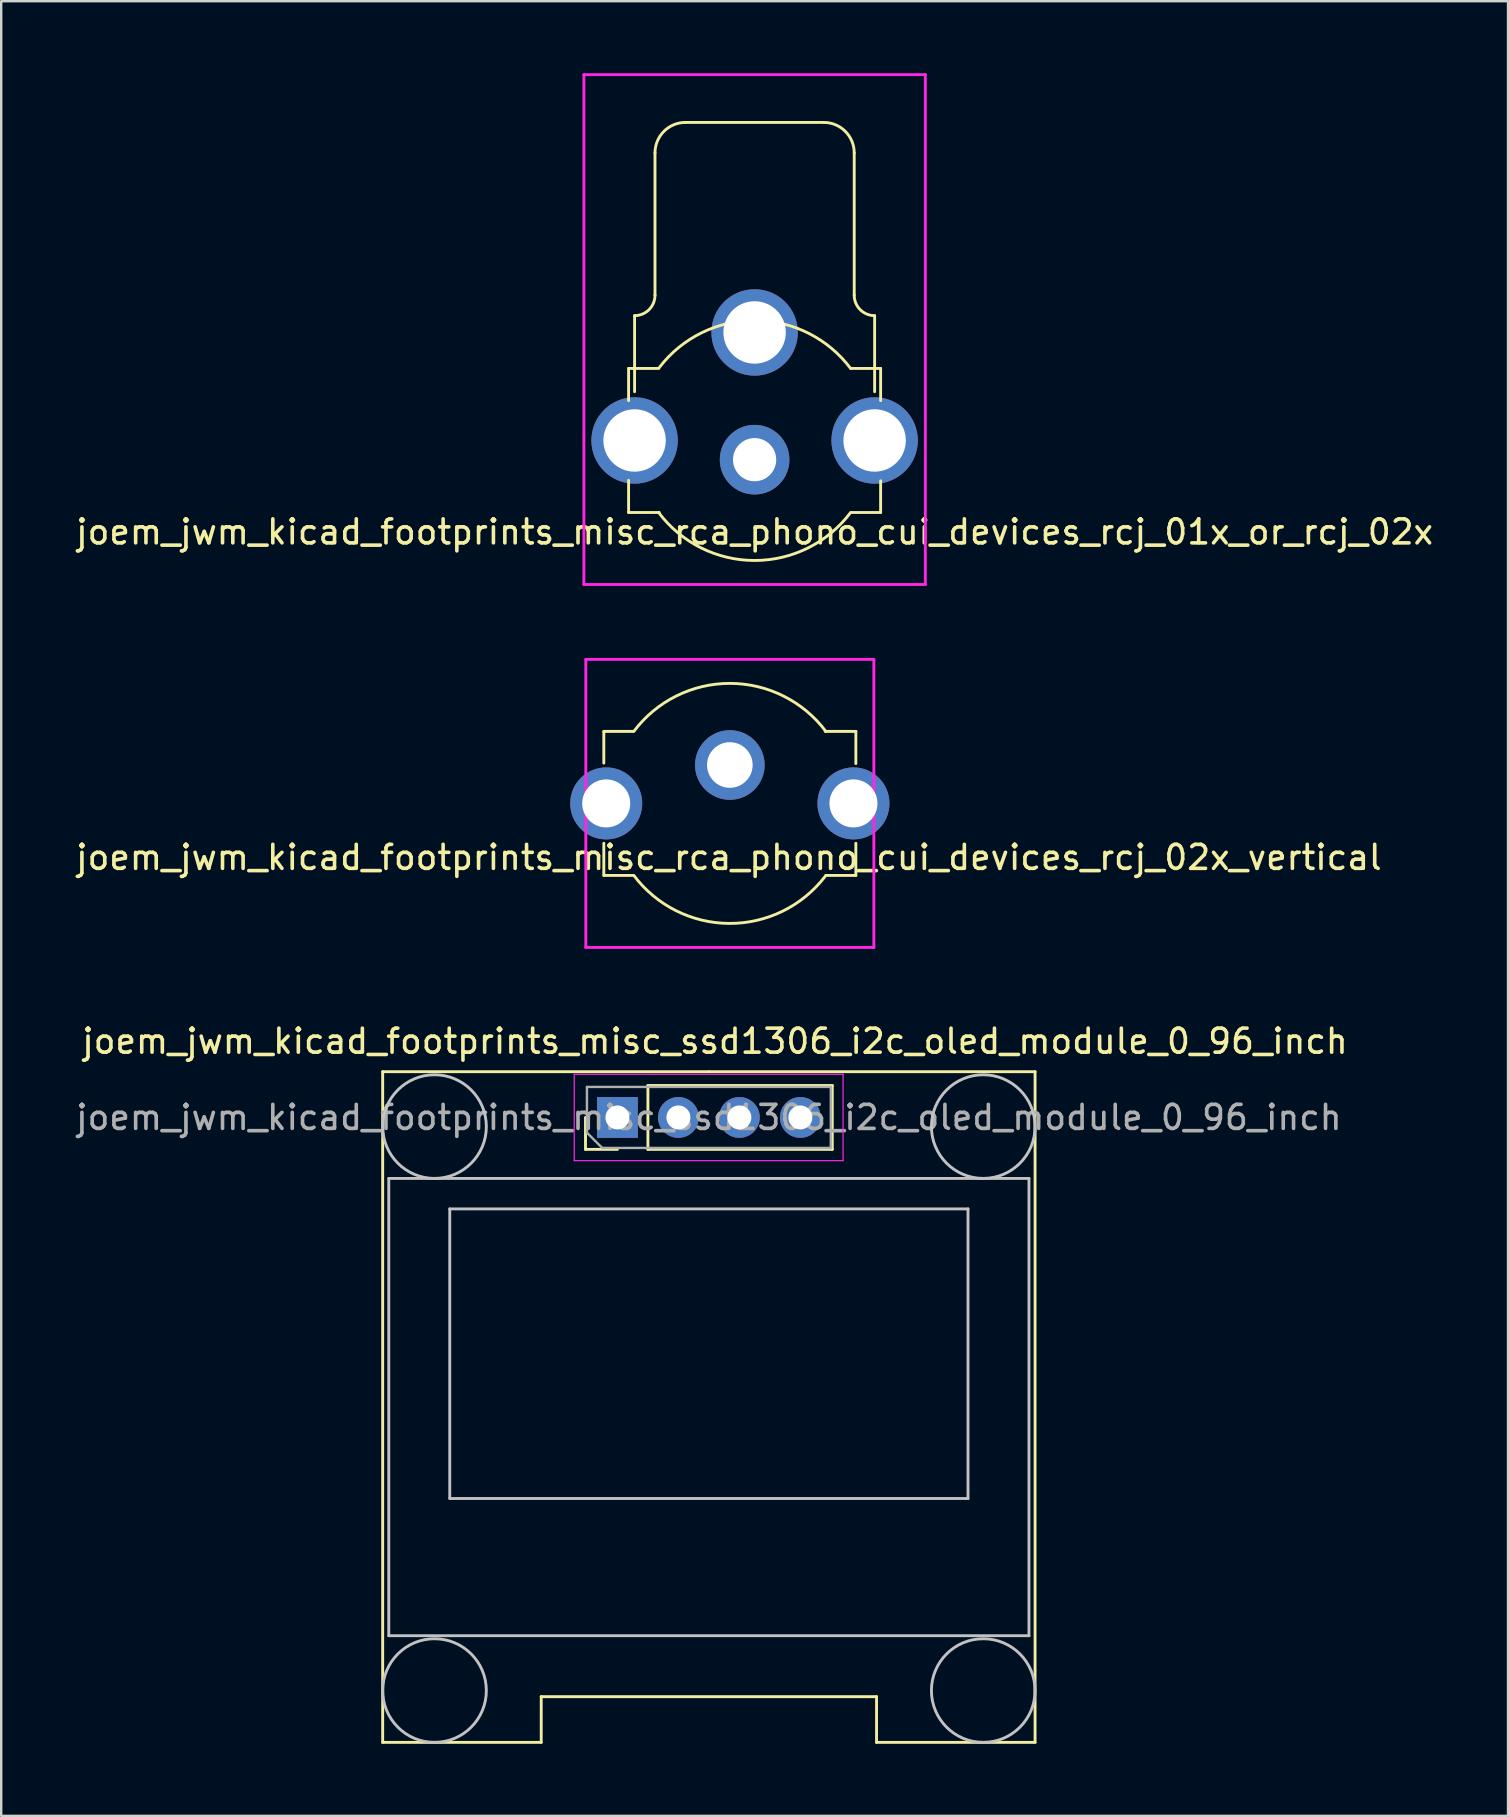
<source format=kicad_pcb>
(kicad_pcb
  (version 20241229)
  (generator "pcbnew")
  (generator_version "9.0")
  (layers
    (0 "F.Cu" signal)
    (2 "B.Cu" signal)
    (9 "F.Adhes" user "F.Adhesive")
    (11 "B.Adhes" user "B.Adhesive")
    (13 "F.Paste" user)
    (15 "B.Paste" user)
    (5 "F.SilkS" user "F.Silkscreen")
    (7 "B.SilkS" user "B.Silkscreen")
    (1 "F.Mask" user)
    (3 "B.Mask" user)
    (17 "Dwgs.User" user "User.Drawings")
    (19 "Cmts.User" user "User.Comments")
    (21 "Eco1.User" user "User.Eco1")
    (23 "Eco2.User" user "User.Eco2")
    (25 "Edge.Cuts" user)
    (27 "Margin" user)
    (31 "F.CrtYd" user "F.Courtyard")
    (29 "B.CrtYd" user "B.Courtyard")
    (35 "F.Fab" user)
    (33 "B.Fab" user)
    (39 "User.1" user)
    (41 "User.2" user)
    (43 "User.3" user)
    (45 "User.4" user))
  (footprint "joem_jwm_kicad_footprints_misc_rca_phono_cui_devices_rcj_01x_or_rcj_02x"
    (layer "F.Cu")
    (at 28.387 15.3)
    (property "Reference" "joem_jwm_kicad_footprints_misc_rca_phono_cui_devices_rcj_01x_or_rcj_02x" (at 0 3.81 0) (layer "F.SilkS") (effects (font (size 1 1) (thickness 0.15))))
    (attr through_hole)
    (fp_line (start -5.25 -3) (end -5.25 -1.66) (stroke (width 0.12) (type solid)) (layer "F.SilkS"))
    (fp_line (start -5.25 -3) (end -3.99 -3) (stroke (width 0.12) (type solid)) (layer "F.SilkS"))
    (fp_line (start -5.25 3) (end -5.25 1.66) (stroke (width 0.12) (type solid)) (layer "F.SilkS"))
    (fp_line (start -5.25 3) (end -3.97 3) (stroke (width 0.12) (type solid)) (layer "F.SilkS"))
    (fp_line (start -5 -5.2) (end -5 -2.032) (stroke (width 0.12) (type solid)) (layer "F.SilkS"))
    (fp_line (start -4.15 -6.05) (end -4.15 -11.98) (stroke (width 0.12) (type solid)) (layer "F.SilkS"))
    (fp_line (start -2.88 -13.25) (end 2.88 -13.25) (stroke (width 0.12) (type solid)) (layer "F.SilkS"))
    (fp_line (start 4.15 -11.98) (end 4.15 -6.05) (stroke (width 0.12) (type solid)) (layer "F.SilkS"))
    (fp_line (start 5 -5.2) (end 5 -2.032) (stroke (width 0.12) (type solid)) (layer "F.SilkS"))
    (fp_line (start 5.25 -3) (end 4.02 -3) (stroke (width 0.12) (type solid)) (layer "F.SilkS"))
    (fp_line (start 5.25 -3) (end 5.25 -1.66) (stroke (width 0.12) (type solid)) (layer "F.SilkS"))
    (fp_line (start 5.25 3) (end 4.03 3) (stroke (width 0.12) (type solid)) (layer "F.SilkS"))
    (fp_line (start 5.25 3) (end 5.25 1.68) (stroke (width 0.12) (type solid)) (layer "F.SilkS"))
    (fp_arc (start -4.15 -11.98) (mid -3.778026 -12.878026) (end -2.88 -13.25) (stroke (width 0.12) (type solid)) (layer "F.SilkS"))
    (fp_arc (start -4.15 -6.05) (mid -4.398959 -5.448959) (end -5 -5.2) (stroke (width 0.12) (type solid)) (layer "F.SilkS"))
    (fp_arc (start -3.96312 -3.048554) (mid 0.030486 -4.999907) (end 4 -3) (stroke (width 0.12) (type solid)) (layer "F.SilkS"))
    (fp_arc (start 2.88 -13.25) (mid 3.778026 -12.878026) (end 4.15 -11.98) (stroke (width 0.12) (type solid)) (layer "F.SilkS"))
    (fp_arc (start 4 2.999999) (mid 0.000001 4.999999) (end -3.999999 3) (stroke (width 0.12) (type solid)) (layer "F.SilkS"))
    (fp_arc (start 5 -5.2) (mid 4.398959 -5.448959) (end 4.15 -6.05) (stroke (width 0.12) (type solid)) (layer "F.SilkS"))
    (fp_line (start -7.112 -15.24) (end -7.112 6) (stroke (width 0.12) (type solid)) (layer "F.CrtYd"))
    (fp_line (start 7.112 -15.24) (end -7.112 -15.24) (stroke (width 0.12) (type solid)) (layer "F.CrtYd"))
    (fp_line (start 7.112 6) (end -7.112 6) (stroke (width 0.12) (type solid)) (layer "F.CrtYd"))
    (fp_line (start 7.112 6) (end 7.112 -15.24) (stroke (width 0.12) (type solid)) (layer "F.CrtYd"))
    (pad "1" thru_hole circle (at 0 0.8 180) (size 2.9 2.9) (drill 1.8) (layers "*.Cu" "*.Mask"))
    (pad "2" thru_hole circle (at -5 0) (size 3.6 3.6) (drill 2.6) (layers "*.Cu" "*.Mask"))
    (pad "2" thru_hole circle (at 0 -4.5) (size 3.6 3.6) (drill 2.6) (layers "*.Cu" "*.Mask"))
    (pad "2" thru_hole circle (at 5 0) (size 3.6 3.6) (drill 2.6) (layers "*.Cu" "*.Mask")))
  (footprint "joem_jwm_kicad_footprints_misc_rca_phono_cui_devices_rcj_02x_vertical"
    (layer "F.Cu")
    (at 27.355 30.42)
    (property "Reference" "joem_jwm_kicad_footprints_misc_rca_phono_cui_devices_rcj_02x_vertical" (at -0.04 2.25 0) (layer "F.SilkS") (effects (font (size 1 1) (thickness 0.15))))
    (attr through_hole)
    (fp_line (start -5.25 -3) (end -5.25 -1.68) (stroke (width 0.12) (type solid)) (layer "F.SilkS"))
    (fp_line (start -5.25 -3) (end -4.03 -3) (stroke (width 0.12) (type solid)) (layer "F.SilkS"))
    (fp_line (start -5.25 3) (end -5.25 1.66) (stroke (width 0.12) (type solid)) (layer "F.SilkS"))
    (fp_line (start -5.25 3) (end -4.02 3) (stroke (width 0.12) (type solid)) (layer "F.SilkS"))
    (fp_line (start 5.25 -3) (end 3.97 -3) (stroke (width 0.12) (type solid)) (layer "F.SilkS"))
    (fp_line (start 5.25 -3) (end 5.25 -1.66) (stroke (width 0.12) (type solid)) (layer "F.SilkS"))
    (fp_line (start 5.25 3) (end 3.99 3) (stroke (width 0.12) (type solid)) (layer "F.SilkS"))
    (fp_line (start 5.25 3) (end 5.25 1.66) (stroke (width 0.12) (type solid)) (layer "F.SilkS"))
    (fp_arc (start -4 -2.999999) (mid -0.000001 -4.999999) (end 3.999999 -3) (stroke (width 0.12) (type solid)) (layer "F.SilkS"))
    (fp_arc (start 3.96312 3.048554) (mid -0.030486 4.999907) (end -4 3) (stroke (width 0.12) (type solid)) (layer "F.SilkS"))
    (fp_line (start -6 -6) (end 6 -6) (stroke (width 0.12) (type solid)) (layer "F.CrtYd"))
    (fp_line (start -6 6) (end -6 -6) (stroke (width 0.12) (type solid)) (layer "F.CrtYd"))
    (fp_line (start 6 -6) (end 6 6) (stroke (width 0.12) (type solid)) (layer "F.CrtYd"))
    (fp_line (start 6 6) (end -6 6) (stroke (width 0.12) (type solid)) (layer "F.CrtYd"))
    (pad "1" thru_hole circle (at 0 -1.6) (size 2.9 2.9) (drill 1.9) (layers "*.Cu" "*.Mask"))
    (pad "2" thru_hole circle (at -5.15 0) (size 3 3) (drill 2) (layers "*.Cu" "*.Mask"))
    (pad "2" thru_hole circle (at 5.15 0) (size 3 3) (drill 2) (layers "*.Cu" "*.Mask")))
  (footprint "joem_jwm_kicad_footprints_misc_ssd1306_i2c_oled_module_0_96_inch"
    (layer "F.Cu")
    (at 22.672 43.503)
    (property "Reference" "joem_jwm_kicad_footprints_misc_ssd1306_i2c_oled_module_0_96_inch" (at 4.064 -3.175 180) (layer "F.SilkS") (effects (font (size 1 1) (thickness 0.15))))
    (attr through_hole)
    (fp_line (start -9.779 -1.905) (end -9.779 26.035) (stroke (width 0.12) (type solid)) (layer "F.SilkS"))
    (fp_line (start -9.779 26.035) (end -3.175 26.035) (stroke (width 0.12) (type solid)) (layer "F.SilkS"))
    (fp_line (start -3.175 26.035) (end -3.175 24.13) (stroke (width 0.12) (type solid)) (layer "F.SilkS"))
    (fp_line (start -1.33 1.33) (end -1.33 0) (stroke (width 0.12) (type solid)) (layer "F.SilkS"))
    (fp_line (start 0 1.33) (end -1.33 1.33) (stroke (width 0.12) (type solid)) (layer "F.SilkS"))
    (fp_line (start 1.27 -1.33) (end 8.95 -1.33) (stroke (width 0.12) (type solid)) (layer "F.SilkS"))
    (fp_line (start 1.27 1.33) (end 1.27 -1.33) (stroke (width 0.12) (type solid)) (layer "F.SilkS"))
    (fp_line (start 1.27 1.33) (end 8.95 1.33) (stroke (width 0.12) (type solid)) (layer "F.SilkS"))
    (fp_line (start 3.81 -1.905) (end -9.779 -1.905) (stroke (width 0.12) (type solid)) (layer "F.SilkS"))
    (fp_line (start 3.81 -1.905) (end 17.399 -1.905) (stroke (width 0.12) (type solid)) (layer "F.SilkS"))
    (fp_line (start 8.95 1.33) (end 8.95 -1.33) (stroke (width 0.12) (type solid)) (layer "F.SilkS"))
    (fp_line (start 10.795 24.13) (end -3.175 24.13) (stroke (width 0.12) (type solid)) (layer "F.SilkS"))
    (fp_line (start 10.795 26.035) (end 10.795 24.13) (stroke (width 0.12) (type solid)) (layer "F.SilkS"))
    (fp_line (start 17.399 -1.905) (end 17.399 26.035) (stroke (width 0.12) (type solid)) (layer "F.SilkS"))
    (fp_line (start 17.399 26.035) (end 10.795 26.035) (stroke (width 0.12) (type solid)) (layer "F.SilkS"))
    (fp_line (start -9.525 2.54) (end 17.145 2.54) (stroke (width 0.12) (type solid)) (layer "Dwgs.User"))
    (fp_line (start -9.525 21.59) (end -9.525 2.54) (stroke (width 0.12) (type solid)) (layer "Dwgs.User"))
    (fp_line (start -6.985 3.81) (end 14.605 3.81) (stroke (width 0.12) (type solid)) (layer "Dwgs.User"))
    (fp_line (start -6.985 15.875) (end -6.985 3.81) (stroke (width 0.12) (type solid)) (layer "Dwgs.User"))
    (fp_line (start 14.605 3.81) (end 14.605 15.875) (stroke (width 0.12) (type solid)) (layer "Dwgs.User"))
    (fp_line (start 14.605 15.875) (end -6.985 15.875) (stroke (width 0.12) (type solid)) (layer "Dwgs.User"))
    (fp_line (start 17.145 2.54) (end 17.145 21.59) (stroke (width 0.12) (type solid)) (layer "Dwgs.User"))
    (fp_line (start 17.145 21.59) (end -9.525 21.59) (stroke (width 0.12) (type solid)) (layer "Dwgs.User"))
    (fp_circle (center -7.62 0.381) (end -5.461 0.381) (stroke (width 0.12) (type solid)) (fill no) (layer "Dwgs.User"))
    (fp_circle (center -7.62 23.876) (end -5.461 23.876) (stroke (width 0.12) (type solid)) (fill no) (layer "Dwgs.User"))
    (fp_circle (center 15.24 0.381) (end 17.399 0.381) (stroke (width 0.12) (type solid)) (fill no) (layer "Dwgs.User"))
    (fp_circle (center 15.24 23.876) (end 17.399 23.876) (stroke (width 0.12) (type solid)) (fill no) (layer "Dwgs.User"))
    (fp_line (start -1.8 -1.8) (end -1.8 1.8) (stroke (width 0.05) (type solid)) (layer "F.CrtYd"))
    (fp_line (start -1.8 1.8) (end 9.4 1.8) (stroke (width 0.05) (type solid)) (layer "F.CrtYd"))
    (fp_line (start 9.4 -1.8) (end -1.8 -1.8) (stroke (width 0.05) (type solid)) (layer "F.CrtYd"))
    (fp_line (start 9.4 1.8) (end 9.4 -1.8) (stroke (width 0.05) (type solid)) (layer "F.CrtYd"))
    (fp_line (start -1.27 -1.27) (end 8.89 -1.27) (stroke (width 0.1) (type solid)) (layer "F.Fab"))
    (fp_line (start -1.27 0.635) (end -1.27 -1.27) (stroke (width 0.1) (type solid)) (layer "F.Fab"))
    (fp_line (start -0.635 1.27) (end -1.27 0.635) (stroke (width 0.1) (type solid)) (layer "F.Fab"))
    (fp_line (start 8.89 -1.27) (end 8.89 1.27) (stroke (width 0.1) (type solid)) (layer "F.Fab"))
    (fp_line (start 8.89 1.27) (end -0.635 1.27) (stroke (width 0.1) (type solid)) (layer "F.Fab"))
    (fp_text user "${REFERENCE}" (at 3.81 0 180) (layer "F.Fab") (effects (font (size 1 1) (thickness 0.15))))
    (pad "1" thru_hole rect (at 0 0 90) (size 1.7 1.7) (drill 1) (layers "*.Cu" "*.Mask"))
    (pad "2" thru_hole oval (at 2.54 0 90) (size 1.7 1.7) (drill 1) (layers "*.Cu" "*.Mask"))
    (pad "3" thru_hole oval (at 5.08 0 90) (size 1.7 1.7) (drill 1) (layers "*.Cu" "*.Mask"))
    (pad "4" thru_hole oval (at 7.62 0 90) (size 1.7 1.7) (drill 1) (layers "*.Cu" "*.Mask")))
  (gr_rect
    (start -3 -3)
    (end 59.774 72.598)
    (stroke (width 0.1) (type default))
    (fill no)
    (layer "Edge.Cuts")))
</source>
